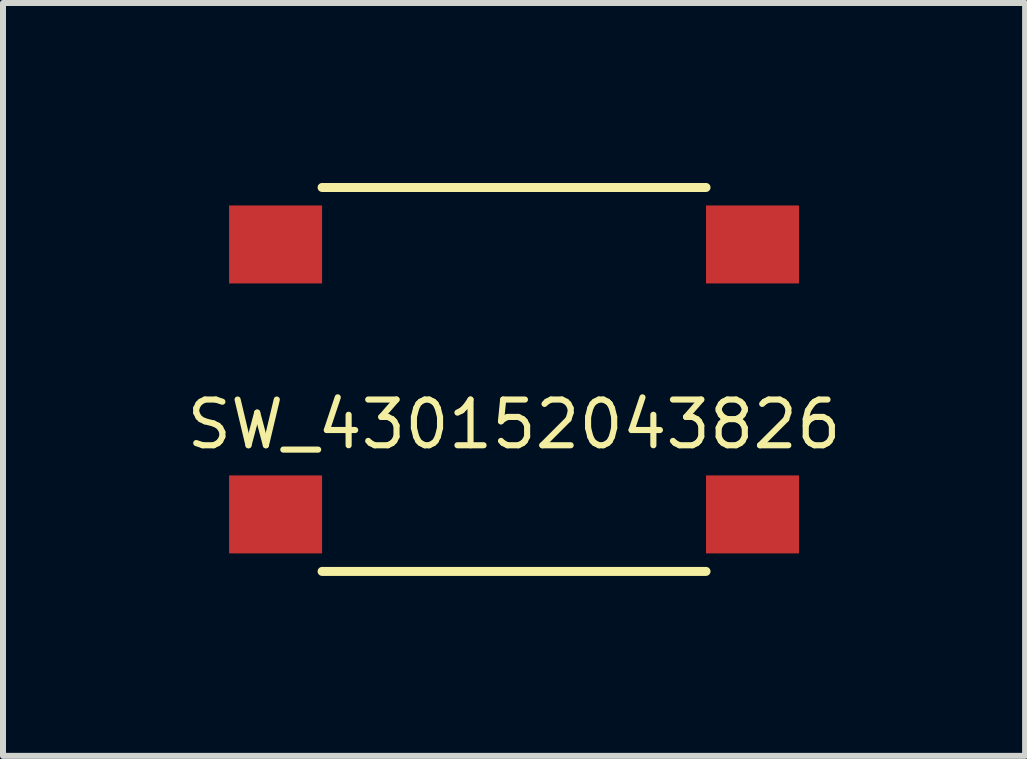
<source format=kicad_pcb>
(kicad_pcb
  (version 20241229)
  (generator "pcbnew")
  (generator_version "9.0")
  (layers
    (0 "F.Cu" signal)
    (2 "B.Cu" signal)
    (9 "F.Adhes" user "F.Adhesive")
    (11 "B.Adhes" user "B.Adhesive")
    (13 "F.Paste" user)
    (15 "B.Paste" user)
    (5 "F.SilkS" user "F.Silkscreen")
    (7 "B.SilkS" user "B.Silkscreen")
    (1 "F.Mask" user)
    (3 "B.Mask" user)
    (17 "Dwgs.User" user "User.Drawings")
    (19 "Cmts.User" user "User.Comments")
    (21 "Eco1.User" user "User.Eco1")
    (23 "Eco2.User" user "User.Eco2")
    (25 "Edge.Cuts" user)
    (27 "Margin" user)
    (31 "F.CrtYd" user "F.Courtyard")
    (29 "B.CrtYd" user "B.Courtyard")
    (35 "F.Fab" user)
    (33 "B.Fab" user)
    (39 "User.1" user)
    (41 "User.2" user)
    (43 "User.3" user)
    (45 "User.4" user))
  (footprint "SW_430152043826"
    (layer "F.Cu")
    (at 5.519 3.275)
    (property "Reference" "SW_430152043826" (at 0 0.75 0) (layer "F.SilkS") (effects (font (size 0.762 0.762) (thickness 0.102))))
    (attr through_hole)
    (fp_line (start -3.2 -3.2) (end 3.2 -3.2) (stroke (width 0.15) (type solid)) (layer "F.SilkS"))
    (fp_line (start 3.2 3.2) (end -3.2 3.2) (stroke (width 0.15) (type solid)) (layer "F.SilkS"))
    (pad "1" smd rect (at -3.975 -2.25) (size 1.55 1.3) (layers "F.Cu" "F.Mask" "F.Paste"))
    (pad "1" smd rect (at 3.975 -2.25) (size 1.55 1.3) (layers "F.Cu" "F.Mask" "F.Paste"))
    (pad "2" smd rect (at -3.975 2.25) (size 1.55 1.3) (layers "F.Cu" "F.Mask" "F.Paste"))
    (pad "2" smd rect (at 3.975 2.25) (size 1.55 1.3) (layers "F.Cu" "F.Mask" "F.Paste")))
  (gr_rect
    (start -3 -3)
    (end 14.038 9.55)
    (stroke (width 0.1) (type default))
    (fill no)
    (layer "Edge.Cuts")))
</source>
